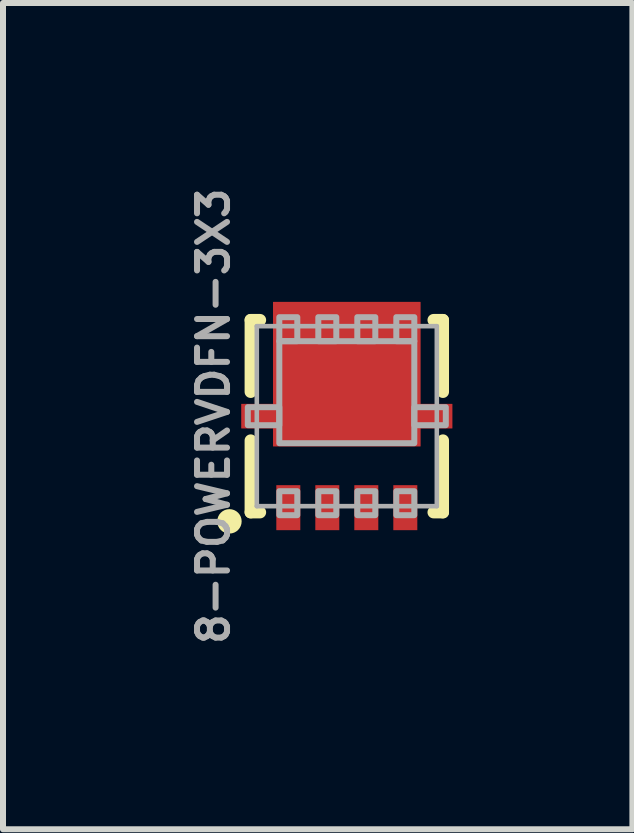
<source format=kicad_pcb>
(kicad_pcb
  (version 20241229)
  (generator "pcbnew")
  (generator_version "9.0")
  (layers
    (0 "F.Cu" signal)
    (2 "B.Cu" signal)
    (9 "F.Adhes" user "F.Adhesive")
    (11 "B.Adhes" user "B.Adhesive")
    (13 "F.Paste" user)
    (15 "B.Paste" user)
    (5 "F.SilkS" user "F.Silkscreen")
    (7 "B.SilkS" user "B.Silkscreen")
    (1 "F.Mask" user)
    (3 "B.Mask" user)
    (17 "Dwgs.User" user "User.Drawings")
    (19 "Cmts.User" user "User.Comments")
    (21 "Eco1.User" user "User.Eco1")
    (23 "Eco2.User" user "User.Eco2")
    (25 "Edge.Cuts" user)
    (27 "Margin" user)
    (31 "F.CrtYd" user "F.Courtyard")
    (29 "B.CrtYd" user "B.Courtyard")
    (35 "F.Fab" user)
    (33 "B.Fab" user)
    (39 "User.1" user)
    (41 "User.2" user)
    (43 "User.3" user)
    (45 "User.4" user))
  (footprint "8-POWERVDFN-3X3"
    (layer "F.Cu")
    (at 2.73 3.886)
    (property "Reference" "8-POWERVDFN-3X3" (at -1.93 0 90) (unlocked yes) (layer "F.Fab") (effects (font (size 0.5 0.5) (thickness 0.1) (bold yes)) (justify bottom)))
    (fp_line (start -1.602 -1.602) (end -1.602 -0.405) (stroke (width 0.203) (type solid)) (layer "F.SilkS"))
    (fp_line (start -1.602 0.405) (end -1.602 1.602) (stroke (width 0.203) (type solid)) (layer "F.SilkS"))
    (fp_line (start -1.446 -1.602) (end -1.602 -1.602) (stroke (width 0.203) (type solid)) (layer "F.SilkS"))
    (fp_line (start -1.446 1.602) (end -1.602 1.602) (stroke (width 0.203) (type solid)) (layer "F.SilkS"))
    (fp_line (start 1.602 -1.602) (end 1.446 -1.602) (stroke (width 0.203) (type solid)) (layer "F.SilkS"))
    (fp_line (start 1.602 -1.602) (end 1.602 -0.405) (stroke (width 0.203) (type solid)) (layer "F.SilkS"))
    (fp_line (start 1.602 0.405) (end 1.602 1.602) (stroke (width 0.203) (type solid)) (layer "F.SilkS"))
    (fp_line (start 1.602 1.602) (end 1.446 1.602) (stroke (width 0.203) (type solid)) (layer "F.SilkS"))
    (fp_circle (center -1.956 1.753) (end -1.854 1.753) (stroke (width 0.203) (type solid)) (fill yes) (layer "F.SilkS"))
    (fp_line (start -1.5 -1.5) (end -1.5 1.5) (stroke (width 0.076) (type solid)) (layer "F.Fab"))
    (fp_line (start -1.5 1.5) (end 1.5 1.5) (stroke (width 0.076) (type solid)) (layer "F.Fab"))
    (fp_line (start 1.5 -1.5) (end -1.5 -1.5) (stroke (width 0.076) (type solid)) (layer "F.Fab"))
    (fp_line (start 1.5 1.5) (end 1.5 -1.5) (stroke (width 0.076) (type solid)) (layer "F.Fab"))
    (fp_poly (pts (xy -1.65 0.15) (xy -1.125 0.15) (xy -1.125 -0.15) (xy -1.65 -0.15)) (stroke (width 0.1) (type default)) (fill no) (layer "F.Fab"))
    (fp_poly (pts (xy -1.125 -1.25) (xy -0.825 -1.25) (xy -0.825 -1.65) (xy -1.125 -1.65)) (stroke (width 0.1) (type default)) (fill no) (layer "F.Fab"))
    (fp_poly (pts (xy -0.825 1.25) (xy -1.125 1.25) (xy -1.125 1.65) (xy -0.825 1.65)) (stroke (width 0.1) (type default)) (fill no) (layer "F.Fab"))
    (fp_poly (pts (xy -0.475 -1.25) (xy -0.175 -1.25) (xy -0.175 -1.65) (xy -0.475 -1.65)) (stroke (width 0.1) (type default)) (fill no) (layer "F.Fab"))
    (fp_poly (pts (xy -0.175 1.25) (xy -0.475 1.25) (xy -0.475 1.65) (xy -0.175 1.65)) (stroke (width 0.1) (type default)) (fill no) (layer "F.Fab"))
    (fp_poly (pts (xy 0.175 -1.25) (xy 0.475 -1.25) (xy 0.475 -1.65) (xy 0.175 -1.65)) (stroke (width 0.1) (type default)) (fill no) (layer "F.Fab"))
    (fp_poly (pts (xy 0.475 1.25) (xy 0.175 1.25) (xy 0.175 1.65) (xy 0.475 1.65)) (stroke (width 0.1) (type default)) (fill no) (layer "F.Fab"))
    (fp_poly (pts (xy 0.825 -1.25) (xy 1.125 -1.25) (xy 1.125 -1.65) (xy 0.825 -1.65)) (stroke (width 0.1) (type default)) (fill no) (layer "F.Fab"))
    (fp_poly (pts (xy 1.125 -1.25) (xy -1.125 -1.25) (xy -1.125 0.45) (xy 1.125 0.45)) (stroke (width 0.1) (type default)) (fill no) (layer "F.Fab"))
    (fp_poly (pts (xy 1.125 1.25) (xy 0.825 1.25) (xy 0.825 1.65) (xy 1.125 1.65)) (stroke (width 0.1) (type default)) (fill no) (layer "F.Fab"))
    (fp_poly (pts (xy 1.65 -0.15) (xy 1.125 -0.15) (xy 1.125 0.15) (xy 1.65 0.15)) (stroke (width 0.1) (type default)) (fill no) (layer "F.Fab"))
    (pad "1" smd rect (at -0.975 1.525) (size 0.4 0.75) (layers "F.Cu" "F.Mask" "F.Paste"))
    (pad "2" smd rect (at -0.325 1.525) (size 0.4 0.75) (layers "F.Cu" "F.Mask" "F.Paste"))
    (pad "3" smd rect (at 0.325 1.525) (size 0.4 0.75) (layers "F.Cu" "F.Mask" "F.Paste"))
    (pad "4" smd rect (at 0.975 1.525) (size 0.4 0.75) (layers "F.Cu" "F.Mask" "F.Paste"))
    (pad "5" smd custom (at 0 -0.7) (size 2.45 2.4) (layers "F.Cu" "F.Mask" "F.Paste") (options (anchor rect)) (primitives (gr_poly (pts (xy 1.225 -1.2) (xy -1.225 -1.2) (xy -1.225 0.5) (xy -1.755 0.5) (xy -1.755 0.9) (xy -1.225 0.9) (xy -1.225 1.2) (xy 1.225 1.2) (xy 1.225 0.9) (xy 1.755 0.9) (xy 1.755 0.5) (xy 1.225 0.5)) (width 0.01) (fill yes)))))
  (gr_rect
    (start -3 -3)
    (end 7.49 10.771)
    (stroke (width 0.1) (type default))
    (fill no)
    (layer "Edge.Cuts")))
</source>
